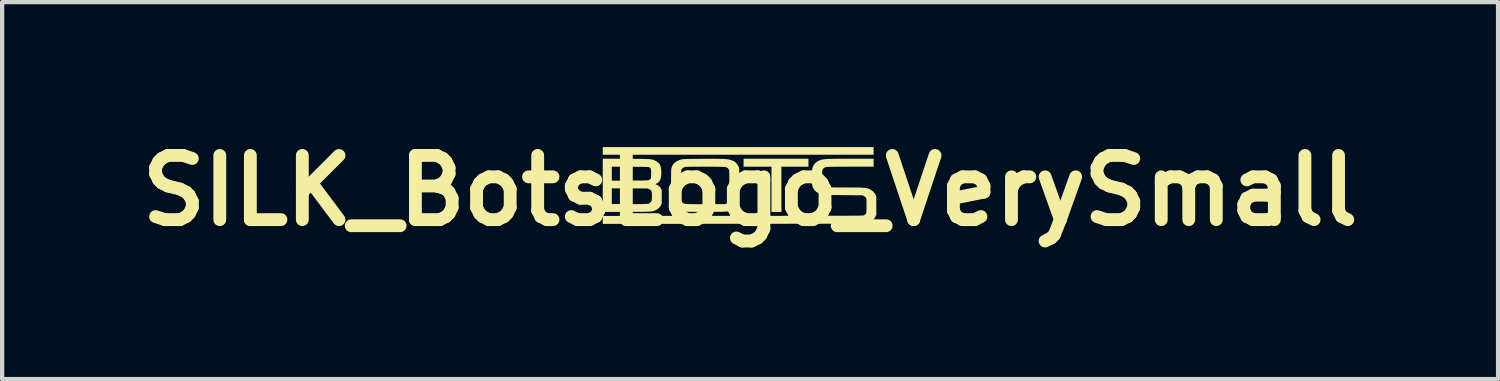
<source format=kicad_pcb>
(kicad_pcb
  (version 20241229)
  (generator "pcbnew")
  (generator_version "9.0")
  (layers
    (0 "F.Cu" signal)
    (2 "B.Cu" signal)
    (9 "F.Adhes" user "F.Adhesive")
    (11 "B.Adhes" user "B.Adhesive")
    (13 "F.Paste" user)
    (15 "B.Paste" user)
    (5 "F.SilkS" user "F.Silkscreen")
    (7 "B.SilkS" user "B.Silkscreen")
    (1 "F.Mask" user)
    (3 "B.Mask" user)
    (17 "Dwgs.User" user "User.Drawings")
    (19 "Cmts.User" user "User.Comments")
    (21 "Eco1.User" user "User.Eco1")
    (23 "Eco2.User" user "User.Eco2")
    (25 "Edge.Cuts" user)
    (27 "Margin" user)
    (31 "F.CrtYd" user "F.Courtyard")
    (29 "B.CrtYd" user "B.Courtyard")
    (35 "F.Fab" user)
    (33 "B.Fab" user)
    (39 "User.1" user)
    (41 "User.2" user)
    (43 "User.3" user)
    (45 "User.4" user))
  (footprint "SILK_BotsLogo_VerySmall"
    (layer "F.Cu")
    (at 14.479 1.404)
    (property "Reference" "SILK_BotsLogo_VerySmall" (at 0 0 0) (layer "F.SilkS") (effects (font (size 1.5 1.5) (thickness 0.3))))
    (attr board_only exclude_from_pos_files exclude_from_bom)
    (fp_poly (pts (xy 2.886 -0.928) (xy 2.886 -0.838) (xy -0.279 -0.838) (xy -3.444 -0.838) (xy -3.444 -0.928) (xy -3.444 -1.017) (xy -0.279 -1.017) (xy 2.886 -1.017)) (stroke (width 0) (type solid)) (fill yes) (layer "F.SilkS"))
    (fp_poly (pts (xy 1.363 -0.652) (xy 1.363 -0.559) (xy 1.047 -0.559) (xy 0.731 -0.559) (xy 0.731 -0.03) (xy 0.731 0.499) (xy 0.615 0.499) (xy 0.499 0.499) (xy 0.499 -0.03) (xy 0.499 -0.559) (xy 0.173 -0.559) (xy -0.153 -0.559) (xy -0.153 -0.652) (xy -0.153 -0.745) (xy 0.605 -0.745) (xy 1.363 -0.745)) (stroke (width 0) (type solid)) (fill yes) (layer "F.SilkS"))
    (fp_poly (pts (xy -2.897 -0.743) (xy -2.795 -0.742) (xy -2.705 -0.742) (xy -2.626 -0.741) (xy -2.558 -0.741) (xy -2.5 -0.74) (xy -2.45 -0.739) (xy -2.408 -0.737) (xy -2.372 -0.736) (xy -2.343 -0.733) (xy -2.318 -0.731) (xy -2.297 -0.728) (xy -2.28 -0.724) (xy -2.264 -0.719) (xy -2.25 -0.714) (xy -2.236 -0.708) (xy -2.221 -0.701) (xy -2.21 -0.695) (xy -2.167 -0.67) (xy -2.134 -0.641) (xy -2.109 -0.607) (xy -2.092 -0.565) (xy -2.081 -0.514) (xy -2.076 -0.452) (xy -2.076 -0.451) (xy -2.076 -0.378) (xy -2.083 -0.316) (xy -2.097 -0.264) (xy -2.118 -0.222) (xy -2.147 -0.189) (xy -2.183 -0.166) (xy -2.191 -0.162) (xy -2.217 -0.151) (xy -2.191 -0.141) (xy -2.146 -0.118) (xy -2.109 -0.086) (xy -2.083 -0.048) (xy -2.083 -0.048) (xy -2.065 -0.01) (xy -2.065 0.146) (xy -2.065 0.196) (xy -2.065 0.235) (xy -2.066 0.264) (xy -2.067 0.286) (xy -2.069 0.302) (xy -2.072 0.315) (xy -2.075 0.325) (xy -2.079 0.334) (xy -2.103 0.373) (xy -2.136 0.409) (xy -2.175 0.439) (xy -2.198 0.452) (xy -2.213 0.459) (xy -2.226 0.466) (xy -2.24 0.471) (xy -2.253 0.476) (xy -2.268 0.48) (xy -2.285 0.484) (xy -2.306 0.487) (xy -2.33 0.489) (xy -2.359 0.491) (xy -2.395 0.492) (xy -2.437 0.494) (xy -2.487 0.495) (xy -2.546 0.495) (xy -2.614 0.496) (xy -2.693 0.496) (xy -2.783 0.497) (xy -2.884 0.497) (xy -3.444 0.499) (xy -3.444 0.129) (xy -3.232 0.129) (xy -3.232 0.312) (xy -3.054 0.314) (xy -2.969 0.315) (xy -2.885 0.316) (xy -2.804 0.316) (xy -2.727 0.316) (xy -2.654 0.316) (xy -2.587 0.315) (xy -2.528 0.314) (xy -2.476 0.313) (xy -2.434 0.312) (xy -2.401 0.31) (xy -2.381 0.308) (xy -2.374 0.307) (xy -2.355 0.297) (xy -2.334 0.283) (xy -2.33 0.278) (xy -2.315 0.261) (xy -2.305 0.239) (xy -2.298 0.212) (xy -2.295 0.175) (xy -2.294 0.129) (xy -2.295 0.105) (xy -2.297 0.064) (xy -2.3 0.033) (xy -2.306 0.011) (xy -2.316 -0.005) (xy -2.331 -0.018) (xy -2.353 -0.031) (xy -2.357 -0.033) (xy -2.39 -0.05) (xy -2.811 -0.052) (xy -3.232 -0.054) (xy -3.232 0.129) (xy -3.444 0.129) (xy -3.444 -0.123) (xy -3.444 -0.396) (xy -3.232 -0.396) (xy -3.232 -0.232) (xy -2.811 -0.234) (xy -2.725 -0.235) (xy -2.652 -0.235) (xy -2.59 -0.235) (xy -2.538 -0.236) (xy -2.496 -0.237) (xy -2.461 -0.237) (xy -2.434 -0.238) (xy -2.412 -0.239) (xy -2.396 -0.241) (xy -2.384 -0.242) (xy -2.375 -0.244) (xy -2.367 -0.246) (xy -2.362 -0.249) (xy -2.345 -0.257) (xy -2.333 -0.267) (xy -2.324 -0.281) (xy -2.318 -0.3) (xy -2.315 -0.327) (xy -2.314 -0.364) (xy -2.314 -0.396) (xy -2.314 -0.441) (xy -2.316 -0.475) (xy -2.32 -0.5) (xy -2.327 -0.518) (xy -2.337 -0.531) (xy -2.351 -0.54) (xy -2.359 -0.544) (xy -2.365 -0.546) (xy -2.373 -0.548) (xy -2.384 -0.55) (xy -2.4 -0.551) (xy -2.42 -0.553) (xy -2.446 -0.554) (xy -2.479 -0.554) (xy -2.52 -0.555) (xy -2.57 -0.556) (xy -2.631 -0.556) (xy -2.702 -0.557) (xy -2.786 -0.557) (xy -2.808 -0.557) (xy -3.232 -0.559) (xy -3.232 -0.396) (xy -3.444 -0.396) (xy -3.444 -0.746)) (stroke (width 0) (type solid)) (fill yes) (layer "F.SilkS"))
    (fp_poly (pts (xy -0.84 -0.744) (xy -0.77 -0.743) (xy -0.71 -0.743) (xy -0.658 -0.741) (xy -0.614 -0.74) (xy -0.576 -0.737) (xy -0.544 -0.734) (xy -0.517 -0.731) (xy -0.493 -0.727) (xy -0.472 -0.722) (xy -0.453 -0.716) (xy -0.448 -0.715) (xy -0.393 -0.693) (xy -0.35 -0.666) (xy -0.315 -0.633) (xy -0.286 -0.591) (xy -0.274 -0.567) (xy -0.256 -0.529) (xy -0.256 -0.123) (xy -0.256 0.283) (xy -0.271 0.321) (xy -0.295 0.364) (xy -0.329 0.404) (xy -0.37 0.437) (xy -0.394 0.451) (xy -0.41 0.459) (xy -0.424 0.465) (xy -0.438 0.471) (xy -0.452 0.476) (xy -0.468 0.481) (xy -0.486 0.484) (xy -0.507 0.487) (xy -0.533 0.49) (xy -0.564 0.491) (xy -0.602 0.493) (xy -0.647 0.494) (xy -0.699 0.495) (xy -0.762 0.495) (xy -0.834 0.496) (xy -0.918 0.496) (xy -1.013 0.496) (xy -1.031 0.496) (xy -1.129 0.496) (xy -1.214 0.497) (xy -1.288 0.497) (xy -1.352 0.496) (xy -1.406 0.496) (xy -1.451 0.496) (xy -1.489 0.495) (xy -1.519 0.494) (xy -1.544 0.493) (xy -1.564 0.492) (xy -1.579 0.49) (xy -1.591 0.488) (xy -1.592 0.488) (xy -1.653 0.472) (xy -1.708 0.449) (xy -1.755 0.418) (xy -1.791 0.382) (xy -1.81 0.354) (xy -1.818 0.339) (xy -1.825 0.325) (xy -1.831 0.311) (xy -1.835 0.295) (xy -1.839 0.277) (xy -1.842 0.254) (xy -1.844 0.227) (xy -1.846 0.194) (xy -1.847 0.153) (xy -1.848 0.104) (xy -1.848 0.045) (xy -1.848 -0.025) (xy -1.848 -0.107) (xy -1.848 -0.116) (xy -1.616 -0.116) (xy -1.616 -0.04) (xy -1.615 0.024) (xy -1.615 0.077) (xy -1.615 0.121) (xy -1.614 0.155) (xy -1.613 0.182) (xy -1.612 0.203) (xy -1.611 0.219) (xy -1.609 0.231) (xy -1.607 0.24) (xy -1.604 0.247) (xy -1.603 0.25) (xy -1.584 0.278) (xy -1.555 0.298) (xy -1.515 0.31) (xy -1.501 0.312) (xy -1.488 0.313) (xy -1.462 0.314) (xy -1.425 0.315) (xy -1.379 0.316) (xy -1.324 0.316) (xy -1.262 0.317) (xy -1.195 0.317) (xy -1.122 0.317) (xy -1.047 0.317) (xy -1.021 0.317) (xy -0.582 0.316) (xy -0.549 0.299) (xy -0.536 0.293) (xy -0.525 0.288) (xy -0.516 0.282) (xy -0.509 0.275) (xy -0.503 0.265) (xy -0.498 0.252) (xy -0.495 0.234) (xy -0.492 0.211) (xy -0.49 0.18) (xy -0.489 0.142) (xy -0.488 0.095) (xy -0.488 0.038) (xy -0.487 -0.03) (xy -0.487 -0.111) (xy -0.487 -0.112) (xy -0.487 -0.198) (xy -0.486 -0.272) (xy -0.487 -0.334) (xy -0.487 -0.384) (xy -0.488 -0.424) (xy -0.489 -0.454) (xy -0.49 -0.474) (xy -0.492 -0.485) (xy -0.493 -0.487) (xy -0.51 -0.513) (xy -0.537 -0.534) (xy -0.569 -0.549) (xy -0.578 -0.551) (xy -0.592 -0.553) (xy -0.617 -0.554) (xy -0.653 -0.555) (xy -0.699 -0.556) (xy -0.751 -0.557) (xy -0.811 -0.558) (xy -0.875 -0.558) (xy -0.942 -0.559) (xy -1.012 -0.559) (xy -1.083 -0.559) (xy -1.153 -0.559) (xy -1.22 -0.558) (xy -1.285 -0.558) (xy -1.344 -0.557) (xy -1.398 -0.556) (xy -1.443 -0.556) (xy -1.48 -0.554) (xy -1.506 -0.553) (xy -1.521 -0.552) (xy -1.521 -0.552) (xy -1.555 -0.539) (xy -1.583 -0.52) (xy -1.603 -0.495) (xy -1.609 -0.48) (xy -1.61 -0.467) (xy -1.612 -0.442) (xy -1.613 -0.404) (xy -1.614 -0.356) (xy -1.615 -0.296) (xy -1.615 -0.227) (xy -1.616 -0.148) (xy -1.616 -0.116) (xy -1.848 -0.116) (xy -1.848 -0.117) (xy -1.848 -0.213) (xy -1.848 -0.296) (xy -1.847 -0.366) (xy -1.846 -0.423) (xy -1.845 -0.466) (xy -1.843 -0.496) (xy -1.841 -0.513) (xy -1.841 -0.513) (xy -1.823 -0.57) (xy -1.794 -0.619) (xy -1.755 -0.659) (xy -1.704 -0.692) (xy -1.643 -0.718) (xy -1.602 -0.729) (xy -1.591 -0.731) (xy -1.578 -0.733) (xy -1.562 -0.735) (xy -1.542 -0.736) (xy -1.517 -0.737) (xy -1.486 -0.739) (xy -1.447 -0.739) (xy -1.401 -0.74) (xy -1.346 -0.741) (xy -1.281 -0.742) (xy -1.204 -0.742) (xy -1.115 -0.743) (xy -1.115 -0.743) (xy -1.011 -0.743) (xy -0.92 -0.744)) (stroke (width 0) (type solid)) (fill yes) (layer "F.SilkS"))
    (fp_poly (pts (xy 2.886 -0.652) (xy 2.886 -0.559) (xy 2.348 -0.559) (xy 2.232 -0.558) (xy 2.13 -0.558) (xy 2.041 -0.558) (xy 1.965 -0.557) (xy 1.902 -0.556) (xy 1.851 -0.555) (xy 1.813 -0.554) (xy 1.788 -0.553) (xy 1.775 -0.551) (xy 1.739 -0.538) (xy 1.711 -0.516) (xy 1.692 -0.488) (xy 1.691 -0.488) (xy 1.688 -0.473) (xy 1.685 -0.447) (xy 1.683 -0.413) (xy 1.682 -0.373) (xy 1.682 -0.33) (xy 1.682 -0.286) (xy 1.683 -0.244) (xy 1.684 -0.206) (xy 1.686 -0.174) (xy 1.689 -0.152) (xy 1.691 -0.144) (xy 1.71 -0.116) (xy 1.739 -0.094) (xy 1.774 -0.081) (xy 1.775 -0.08) (xy 1.791 -0.079) (xy 1.819 -0.077) (xy 1.861 -0.076) (xy 1.916 -0.075) (xy 1.983 -0.074) (xy 2.063 -0.073) (xy 2.156 -0.073) (xy 2.22 -0.073) (xy 2.312 -0.073) (xy 2.392 -0.073) (xy 2.46 -0.072) (xy 2.519 -0.072) (xy 2.568 -0.071) (xy 2.61 -0.069) (xy 2.645 -0.067) (xy 2.675 -0.065) (xy 2.7 -0.061) (xy 2.722 -0.057) (xy 2.741 -0.053) (xy 2.759 -0.047) (xy 2.778 -0.04) (xy 2.79 -0.036) (xy 2.837 -0.01) (xy 2.88 0.025) (xy 2.914 0.066) (xy 2.93 0.095) (xy 2.949 0.136) (xy 2.949 0.353) (xy 2.949 0.569) (xy 2.927 0.613) (xy 2.896 0.66) (xy 2.855 0.701) (xy 2.802 0.734) (xy 2.74 0.759) (xy 2.725 0.763) (xy 2.721 0.764) (xy 2.716 0.765) (xy 2.709 0.766) (xy 2.701 0.766) (xy 2.691 0.767) (xy 2.678 0.768) (xy 2.662 0.768) (xy 2.643 0.769) (xy 2.62 0.769) (xy 2.593 0.77) (xy 2.562 0.771) (xy 2.527 0.771) (xy 2.486 0.771) (xy 2.439 0.772) (xy 2.387 0.772) (xy 2.329 0.773) (xy 2.264 0.773) (xy 2.192 0.773) (xy 2.114 0.773) (xy 2.027 0.774) (xy 1.933 0.774) (xy 1.83 0.774) (xy 1.718 0.774) (xy 1.598 0.775) (xy 1.468 0.775) (xy 1.328 0.775) (xy 1.179 0.775) (xy 1.018 0.775) (xy 0.847 0.775) (xy 0.665 0.776) (xy 0.471 0.776) (xy 0.265 0.776) (xy 0.047 0.776) (xy -0.184 0.776) (xy -0.381 0.776) (xy -3.444 0.778) (xy -3.444 0.685) (xy -3.444 0.592) (xy -0.404 0.59) (xy -0.164 0.59) (xy 0.062 0.59) (xy 0.277 0.59) (xy 0.479 0.59) (xy 0.669 0.59) (xy 0.847 0.589) (xy 1.015 0.589) (xy 1.172 0.589) (xy 1.318 0.589) (xy 1.454 0.589) (xy 1.581 0.589) (xy 1.698 0.589) (xy 1.807 0.588) (xy 1.906 0.588) (xy 1.998 0.588) (xy 2.082 0.588) (xy 2.158 0.587) (xy 2.227 0.587) (xy 2.289 0.587) (xy 2.345 0.586) (xy 2.395 0.586) (xy 2.439 0.586) (xy 2.477 0.585) (xy 2.511 0.585) (xy 2.54 0.584) (xy 2.565 0.584) (xy 2.586 0.583) (xy 2.604 0.583) (xy 2.618 0.582) (xy 2.63 0.581) (xy 2.639 0.581) (xy 2.646 0.58) (xy 2.652 0.579) (xy 2.656 0.578) (xy 2.659 0.577) (xy 2.661 0.576) (xy 2.663 0.575) (xy 2.684 0.561) (xy 2.702 0.543) (xy 2.704 0.539) (xy 2.709 0.532) (xy 2.713 0.524) (xy 2.715 0.514) (xy 2.717 0.5) (xy 2.718 0.481) (xy 2.719 0.454) (xy 2.719 0.418) (xy 2.72 0.371) (xy 2.72 0.352) (xy 2.719 0.301) (xy 2.719 0.262) (xy 2.719 0.232) (xy 2.718 0.21) (xy 2.716 0.195) (xy 2.714 0.184) (xy 2.71 0.175) (xy 2.706 0.168) (xy 2.705 0.166) (xy 2.689 0.149) (xy 2.667 0.132) (xy 2.656 0.126) (xy 2.623 0.11) (xy 2.164 0.106) (xy 2.074 0.105) (xy 1.996 0.104) (xy 1.929 0.104) (xy 1.873 0.103) (xy 1.825 0.102) (xy 1.787 0.101) (xy 1.755 0.1) (xy 1.73 0.099) (xy 1.71 0.098) (xy 1.695 0.096) (xy 1.682 0.094) (xy 1.672 0.092) (xy 1.666 0.09) (xy 1.603 0.066) (xy 1.55 0.033) (xy 1.507 -0.008) (xy 1.475 -0.057) (xy 1.471 -0.065) (xy 1.453 -0.103) (xy 1.453 -0.316) (xy 1.453 -0.529) (xy 1.471 -0.567) (xy 1.497 -0.613) (xy 1.529 -0.651) (xy 1.568 -0.68) (xy 1.617 -0.704) (xy 1.644 -0.715) (xy 1.661 -0.72) (xy 1.678 -0.724) (xy 1.698 -0.728) (xy 1.72 -0.731) (xy 1.746 -0.734) (xy 1.777 -0.737) (xy 1.813 -0.739) (xy 1.856 -0.741) (xy 1.906 -0.742) (xy 1.964 -0.743) (xy 2.032 -0.744) (xy 2.109 -0.744) (xy 2.197 -0.744) (xy 2.298 -0.745) (xy 2.369 -0.745) (xy 2.886 -0.745)) (stroke (width 0) (type solid)) (fill yes) (layer "F.SilkS")))
  (gr_rect
    (start -3 -3)
    (end 31.957 5.808)
    (stroke (width 0.1) (type default))
    (fill no)
    (layer "Edge.Cuts")))
</source>
